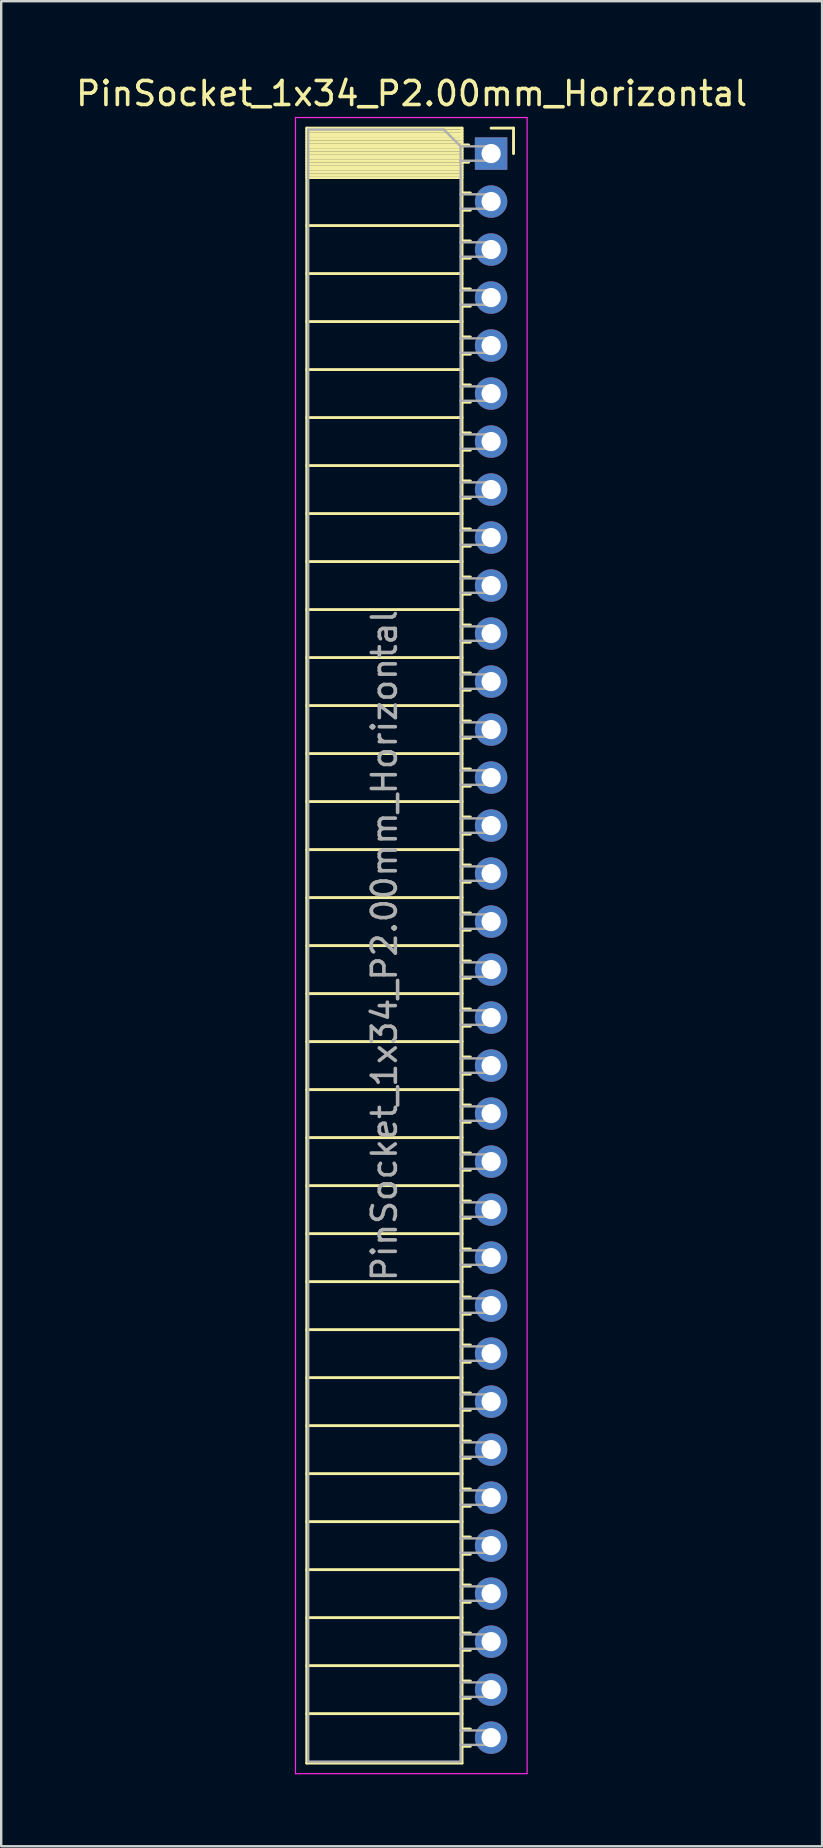
<source format=kicad_pcb>
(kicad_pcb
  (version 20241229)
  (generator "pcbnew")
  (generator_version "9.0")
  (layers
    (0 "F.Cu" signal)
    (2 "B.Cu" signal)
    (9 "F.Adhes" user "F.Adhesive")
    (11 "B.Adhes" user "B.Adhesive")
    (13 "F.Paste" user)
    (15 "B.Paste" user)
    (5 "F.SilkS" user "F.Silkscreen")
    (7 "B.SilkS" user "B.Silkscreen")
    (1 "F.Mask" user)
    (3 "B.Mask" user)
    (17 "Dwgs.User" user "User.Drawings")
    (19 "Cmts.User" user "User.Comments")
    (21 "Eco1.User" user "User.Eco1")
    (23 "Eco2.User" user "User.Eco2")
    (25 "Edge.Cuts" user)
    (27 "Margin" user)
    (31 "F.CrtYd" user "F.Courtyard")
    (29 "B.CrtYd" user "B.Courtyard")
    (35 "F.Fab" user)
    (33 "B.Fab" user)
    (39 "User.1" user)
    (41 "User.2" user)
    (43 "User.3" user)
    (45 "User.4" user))
  (footprint "PinSocket_1x34_P2.00mm_Horizontal"
    (layer "F.Cu")
    (at 17.411 3.348)
    (property "Reference" "PinSocket_1x34_P2.00mm_Horizontal" (at -3.31 -2.5 0) (layer "F.SilkS") (effects (font (size 1 1) (thickness 0.15))))
    (attr through_hole)
    (fp_line (start -7.68 -1.06) (end -7.68 67.06) (stroke (width 0.12) (type solid)) (layer "F.SilkS"))
    (fp_line (start -7.68 -1.06) (end -1.21 -1.06) (stroke (width 0.12) (type solid)) (layer "F.SilkS"))
    (fp_line (start -7.68 -0.94) (end -1.21 -0.94) (stroke (width 0.12) (type solid)) (layer "F.SilkS"))
    (fp_line (start -7.68 -0.826) (end -1.21 -0.826) (stroke (width 0.12) (type solid)) (layer "F.SilkS"))
    (fp_line (start -7.68 -0.712) (end -1.21 -0.712) (stroke (width 0.12) (type solid)) (layer "F.SilkS"))
    (fp_line (start -7.68 -0.598) (end -1.21 -0.598) (stroke (width 0.12) (type solid)) (layer "F.SilkS"))
    (fp_line (start -7.68 -0.484) (end -1.21 -0.484) (stroke (width 0.12) (type solid)) (layer "F.SilkS"))
    (fp_line (start -7.68 -0.369) (end -1.21 -0.369) (stroke (width 0.12) (type solid)) (layer "F.SilkS"))
    (fp_line (start -7.68 -0.255) (end -1.21 -0.255) (stroke (width 0.12) (type solid)) (layer "F.SilkS"))
    (fp_line (start -7.68 -0.141) (end -1.21 -0.141) (stroke (width 0.12) (type solid)) (layer "F.SilkS"))
    (fp_line (start -7.68 -0.027) (end -1.21 -0.027) (stroke (width 0.12) (type solid)) (layer "F.SilkS"))
    (fp_line (start -7.68 0.087) (end -1.21 0.087) (stroke (width 0.12) (type solid)) (layer "F.SilkS"))
    (fp_line (start -7.68 0.201) (end -1.21 0.201) (stroke (width 0.12) (type solid)) (layer "F.SilkS"))
    (fp_line (start -7.68 0.315) (end -1.21 0.315) (stroke (width 0.12) (type solid)) (layer "F.SilkS"))
    (fp_line (start -7.68 0.429) (end -1.21 0.429) (stroke (width 0.12) (type solid)) (layer "F.SilkS"))
    (fp_line (start -7.68 0.544) (end -1.21 0.544) (stroke (width 0.12) (type solid)) (layer "F.SilkS"))
    (fp_line (start -7.68 0.658) (end -1.21 0.658) (stroke (width 0.12) (type solid)) (layer "F.SilkS"))
    (fp_line (start -7.68 0.772) (end -1.21 0.772) (stroke (width 0.12) (type solid)) (layer "F.SilkS"))
    (fp_line (start -7.68 0.886) (end -1.21 0.886) (stroke (width 0.12) (type solid)) (layer "F.SilkS"))
    (fp_line (start -7.68 1) (end -1.21 1) (stroke (width 0.12) (type solid)) (layer "F.SilkS"))
    (fp_line (start -7.68 3) (end -1.21 3) (stroke (width 0.12) (type solid)) (layer "F.SilkS"))
    (fp_line (start -7.68 5) (end -1.21 5) (stroke (width 0.12) (type solid)) (layer "F.SilkS"))
    (fp_line (start -7.68 7) (end -1.21 7) (stroke (width 0.12) (type solid)) (layer "F.SilkS"))
    (fp_line (start -7.68 9) (end -1.21 9) (stroke (width 0.12) (type solid)) (layer "F.SilkS"))
    (fp_line (start -7.68 11) (end -1.21 11) (stroke (width 0.12) (type solid)) (layer "F.SilkS"))
    (fp_line (start -7.68 13) (end -1.21 13) (stroke (width 0.12) (type solid)) (layer "F.SilkS"))
    (fp_line (start -7.68 15) (end -1.21 15) (stroke (width 0.12) (type solid)) (layer "F.SilkS"))
    (fp_line (start -7.68 17) (end -1.21 17) (stroke (width 0.12) (type solid)) (layer "F.SilkS"))
    (fp_line (start -7.68 19) (end -1.21 19) (stroke (width 0.12) (type solid)) (layer "F.SilkS"))
    (fp_line (start -7.68 21) (end -1.21 21) (stroke (width 0.12) (type solid)) (layer "F.SilkS"))
    (fp_line (start -7.68 23) (end -1.21 23) (stroke (width 0.12) (type solid)) (layer "F.SilkS"))
    (fp_line (start -7.68 25) (end -1.21 25) (stroke (width 0.12) (type solid)) (layer "F.SilkS"))
    (fp_line (start -7.68 27) (end -1.21 27) (stroke (width 0.12) (type solid)) (layer "F.SilkS"))
    (fp_line (start -7.68 29) (end -1.21 29) (stroke (width 0.12) (type solid)) (layer "F.SilkS"))
    (fp_line (start -7.68 31) (end -1.21 31) (stroke (width 0.12) (type solid)) (layer "F.SilkS"))
    (fp_line (start -7.68 33) (end -1.21 33) (stroke (width 0.12) (type solid)) (layer "F.SilkS"))
    (fp_line (start -7.68 35) (end -1.21 35) (stroke (width 0.12) (type solid)) (layer "F.SilkS"))
    (fp_line (start -7.68 37) (end -1.21 37) (stroke (width 0.12) (type solid)) (layer "F.SilkS"))
    (fp_line (start -7.68 39) (end -1.21 39) (stroke (width 0.12) (type solid)) (layer "F.SilkS"))
    (fp_line (start -7.68 41) (end -1.21 41) (stroke (width 0.12) (type solid)) (layer "F.SilkS"))
    (fp_line (start -7.68 43) (end -1.21 43) (stroke (width 0.12) (type solid)) (layer "F.SilkS"))
    (fp_line (start -7.68 45) (end -1.21 45) (stroke (width 0.12) (type solid)) (layer "F.SilkS"))
    (fp_line (start -7.68 47) (end -1.21 47) (stroke (width 0.12) (type solid)) (layer "F.SilkS"))
    (fp_line (start -7.68 49) (end -1.21 49) (stroke (width 0.12) (type solid)) (layer "F.SilkS"))
    (fp_line (start -7.68 51) (end -1.21 51) (stroke (width 0.12) (type solid)) (layer "F.SilkS"))
    (fp_line (start -7.68 53) (end -1.21 53) (stroke (width 0.12) (type solid)) (layer "F.SilkS"))
    (fp_line (start -7.68 55) (end -1.21 55) (stroke (width 0.12) (type solid)) (layer "F.SilkS"))
    (fp_line (start -7.68 57) (end -1.21 57) (stroke (width 0.12) (type solid)) (layer "F.SilkS"))
    (fp_line (start -7.68 59) (end -1.21 59) (stroke (width 0.12) (type solid)) (layer "F.SilkS"))
    (fp_line (start -7.68 61) (end -1.21 61) (stroke (width 0.12) (type solid)) (layer "F.SilkS"))
    (fp_line (start -7.68 63) (end -1.21 63) (stroke (width 0.12) (type solid)) (layer "F.SilkS"))
    (fp_line (start -7.68 65) (end -1.21 65) (stroke (width 0.12) (type solid)) (layer "F.SilkS"))
    (fp_line (start -7.68 67.06) (end -1.21 67.06) (stroke (width 0.12) (type solid)) (layer "F.SilkS"))
    (fp_line (start -1.21 -1.06) (end -1.21 67.06) (stroke (width 0.12) (type solid)) (layer "F.SilkS"))
    (fp_line (start -1.21 -0.36) (end -0.935 -0.36) (stroke (width 0.12) (type solid)) (layer "F.SilkS"))
    (fp_line (start -1.21 0.36) (end -0.935 0.36) (stroke (width 0.12) (type solid)) (layer "F.SilkS"))
    (fp_line (start -1.21 1.64) (end -0.863 1.64) (stroke (width 0.12) (type solid)) (layer "F.SilkS"))
    (fp_line (start -1.21 2.36) (end -0.863 2.36) (stroke (width 0.12) (type solid)) (layer "F.SilkS"))
    (fp_line (start -1.21 3.64) (end -0.863 3.64) (stroke (width 0.12) (type solid)) (layer "F.SilkS"))
    (fp_line (start -1.21 4.36) (end -0.863 4.36) (stroke (width 0.12) (type solid)) (layer "F.SilkS"))
    (fp_line (start -1.21 5.64) (end -0.863 5.64) (stroke (width 0.12) (type solid)) (layer "F.SilkS"))
    (fp_line (start -1.21 6.36) (end -0.863 6.36) (stroke (width 0.12) (type solid)) (layer "F.SilkS"))
    (fp_line (start -1.21 7.64) (end -0.863 7.64) (stroke (width 0.12) (type solid)) (layer "F.SilkS"))
    (fp_line (start -1.21 8.36) (end -0.863 8.36) (stroke (width 0.12) (type solid)) (layer "F.SilkS"))
    (fp_line (start -1.21 9.64) (end -0.863 9.64) (stroke (width 0.12) (type solid)) (layer "F.SilkS"))
    (fp_line (start -1.21 10.36) (end -0.863 10.36) (stroke (width 0.12) (type solid)) (layer "F.SilkS"))
    (fp_line (start -1.21 11.64) (end -0.863 11.64) (stroke (width 0.12) (type solid)) (layer "F.SilkS"))
    (fp_line (start -1.21 12.36) (end -0.863 12.36) (stroke (width 0.12) (type solid)) (layer "F.SilkS"))
    (fp_line (start -1.21 13.64) (end -0.863 13.64) (stroke (width 0.12) (type solid)) (layer "F.SilkS"))
    (fp_line (start -1.21 14.36) (end -0.863 14.36) (stroke (width 0.12) (type solid)) (layer "F.SilkS"))
    (fp_line (start -1.21 15.64) (end -0.863 15.64) (stroke (width 0.12) (type solid)) (layer "F.SilkS"))
    (fp_line (start -1.21 16.36) (end -0.863 16.36) (stroke (width 0.12) (type solid)) (layer "F.SilkS"))
    (fp_line (start -1.21 17.64) (end -0.863 17.64) (stroke (width 0.12) (type solid)) (layer "F.SilkS"))
    (fp_line (start -1.21 18.36) (end -0.863 18.36) (stroke (width 0.12) (type solid)) (layer "F.SilkS"))
    (fp_line (start -1.21 19.64) (end -0.863 19.64) (stroke (width 0.12) (type solid)) (layer "F.SilkS"))
    (fp_line (start -1.21 20.36) (end -0.863 20.36) (stroke (width 0.12) (type solid)) (layer "F.SilkS"))
    (fp_line (start -1.21 21.64) (end -0.863 21.64) (stroke (width 0.12) (type solid)) (layer "F.SilkS"))
    (fp_line (start -1.21 22.36) (end -0.863 22.36) (stroke (width 0.12) (type solid)) (layer "F.SilkS"))
    (fp_line (start -1.21 23.64) (end -0.863 23.64) (stroke (width 0.12) (type solid)) (layer "F.SilkS"))
    (fp_line (start -1.21 24.36) (end -0.863 24.36) (stroke (width 0.12) (type solid)) (layer "F.SilkS"))
    (fp_line (start -1.21 25.64) (end -0.863 25.64) (stroke (width 0.12) (type solid)) (layer "F.SilkS"))
    (fp_line (start -1.21 26.36) (end -0.863 26.36) (stroke (width 0.12) (type solid)) (layer "F.SilkS"))
    (fp_line (start -1.21 27.64) (end -0.863 27.64) (stroke (width 0.12) (type solid)) (layer "F.SilkS"))
    (fp_line (start -1.21 28.36) (end -0.863 28.36) (stroke (width 0.12) (type solid)) (layer "F.SilkS"))
    (fp_line (start -1.21 29.64) (end -0.863 29.64) (stroke (width 0.12) (type solid)) (layer "F.SilkS"))
    (fp_line (start -1.21 30.36) (end -0.863 30.36) (stroke (width 0.12) (type solid)) (layer "F.SilkS"))
    (fp_line (start -1.21 31.64) (end -0.863 31.64) (stroke (width 0.12) (type solid)) (layer "F.SilkS"))
    (fp_line (start -1.21 32.36) (end -0.863 32.36) (stroke (width 0.12) (type solid)) (layer "F.SilkS"))
    (fp_line (start -1.21 33.64) (end -0.863 33.64) (stroke (width 0.12) (type solid)) (layer "F.SilkS"))
    (fp_line (start -1.21 34.36) (end -0.863 34.36) (stroke (width 0.12) (type solid)) (layer "F.SilkS"))
    (fp_line (start -1.21 35.64) (end -0.863 35.64) (stroke (width 0.12) (type solid)) (layer "F.SilkS"))
    (fp_line (start -1.21 36.36) (end -0.863 36.36) (stroke (width 0.12) (type solid)) (layer "F.SilkS"))
    (fp_line (start -1.21 37.64) (end -0.863 37.64) (stroke (width 0.12) (type solid)) (layer "F.SilkS"))
    (fp_line (start -1.21 38.36) (end -0.863 38.36) (stroke (width 0.12) (type solid)) (layer "F.SilkS"))
    (fp_line (start -1.21 39.64) (end -0.863 39.64) (stroke (width 0.12) (type solid)) (layer "F.SilkS"))
    (fp_line (start -1.21 40.36) (end -0.863 40.36) (stroke (width 0.12) (type solid)) (layer "F.SilkS"))
    (fp_line (start -1.21 41.64) (end -0.863 41.64) (stroke (width 0.12) (type solid)) (layer "F.SilkS"))
    (fp_line (start -1.21 42.36) (end -0.863 42.36) (stroke (width 0.12) (type solid)) (layer "F.SilkS"))
    (fp_line (start -1.21 43.64) (end -0.863 43.64) (stroke (width 0.12) (type solid)) (layer "F.SilkS"))
    (fp_line (start -1.21 44.36) (end -0.863 44.36) (stroke (width 0.12) (type solid)) (layer "F.SilkS"))
    (fp_line (start -1.21 45.64) (end -0.863 45.64) (stroke (width 0.12) (type solid)) (layer "F.SilkS"))
    (fp_line (start -1.21 46.36) (end -0.863 46.36) (stroke (width 0.12) (type solid)) (layer "F.SilkS"))
    (fp_line (start -1.21 47.64) (end -0.863 47.64) (stroke (width 0.12) (type solid)) (layer "F.SilkS"))
    (fp_line (start -1.21 48.36) (end -0.863 48.36) (stroke (width 0.12) (type solid)) (layer "F.SilkS"))
    (fp_line (start -1.21 49.64) (end -0.863 49.64) (stroke (width 0.12) (type solid)) (layer "F.SilkS"))
    (fp_line (start -1.21 50.36) (end -0.863 50.36) (stroke (width 0.12) (type solid)) (layer "F.SilkS"))
    (fp_line (start -1.21 51.64) (end -0.863 51.64) (stroke (width 0.12) (type solid)) (layer "F.SilkS"))
    (fp_line (start -1.21 52.36) (end -0.863 52.36) (stroke (width 0.12) (type solid)) (layer "F.SilkS"))
    (fp_line (start -1.21 53.64) (end -0.863 53.64) (stroke (width 0.12) (type solid)) (layer "F.SilkS"))
    (fp_line (start -1.21 54.36) (end -0.863 54.36) (stroke (width 0.12) (type solid)) (layer "F.SilkS"))
    (fp_line (start -1.21 55.64) (end -0.863 55.64) (stroke (width 0.12) (type solid)) (layer "F.SilkS"))
    (fp_line (start -1.21 56.36) (end -0.863 56.36) (stroke (width 0.12) (type solid)) (layer "F.SilkS"))
    (fp_line (start -1.21 57.64) (end -0.863 57.64) (stroke (width 0.12) (type solid)) (layer "F.SilkS"))
    (fp_line (start -1.21 58.36) (end -0.863 58.36) (stroke (width 0.12) (type solid)) (layer "F.SilkS"))
    (fp_line (start -1.21 59.64) (end -0.863 59.64) (stroke (width 0.12) (type solid)) (layer "F.SilkS"))
    (fp_line (start -1.21 60.36) (end -0.863 60.36) (stroke (width 0.12) (type solid)) (layer "F.SilkS"))
    (fp_line (start -1.21 61.64) (end -0.863 61.64) (stroke (width 0.12) (type solid)) (layer "F.SilkS"))
    (fp_line (start -1.21 62.36) (end -0.863 62.36) (stroke (width 0.12) (type solid)) (layer "F.SilkS"))
    (fp_line (start -1.21 63.64) (end -0.863 63.64) (stroke (width 0.12) (type solid)) (layer "F.SilkS"))
    (fp_line (start -1.21 64.36) (end -0.863 64.36) (stroke (width 0.12) (type solid)) (layer "F.SilkS"))
    (fp_line (start -1.21 65.64) (end -0.863 65.64) (stroke (width 0.12) (type solid)) (layer "F.SilkS"))
    (fp_line (start -1.21 66.36) (end -0.863 66.36) (stroke (width 0.12) (type solid)) (layer "F.SilkS"))
    (fp_line (start 0 -1.06) (end 0.935 -1.06) (stroke (width 0.12) (type solid)) (layer "F.SilkS"))
    (fp_line (start 0.935 -1.06) (end 0.935 0) (stroke (width 0.12) (type solid)) (layer "F.SilkS"))
    (fp_line (start -8.15 -1.5) (end -8.15 67.5) (stroke (width 0.05) (type solid)) (layer "F.CrtYd"))
    (fp_line (start -8.15 67.5) (end 1.5 67.5) (stroke (width 0.05) (type solid)) (layer "F.CrtYd"))
    (fp_line (start 1.5 -1.5) (end -8.15 -1.5) (stroke (width 0.05) (type solid)) (layer "F.CrtYd"))
    (fp_line (start 1.5 67.5) (end 1.5 -1.5) (stroke (width 0.05) (type solid)) (layer "F.CrtYd"))
    (fp_line (start -7.62 -1) (end -1.97 -1) (stroke (width 0.1) (type solid)) (layer "F.Fab"))
    (fp_line (start -7.62 67) (end -7.62 -1) (stroke (width 0.1) (type solid)) (layer "F.Fab"))
    (fp_line (start -1.97 -1) (end -1.27 -0.3) (stroke (width 0.1) (type solid)) (layer "F.Fab"))
    (fp_line (start -1.27 -0.3) (end -1.27 67) (stroke (width 0.1) (type solid)) (layer "F.Fab"))
    (fp_line (start -1.27 0.3) (end 0 0.3) (stroke (width 0.1) (type solid)) (layer "F.Fab"))
    (fp_line (start -1.27 2.3) (end 0 2.3) (stroke (width 0.1) (type solid)) (layer "F.Fab"))
    (fp_line (start -1.27 4.3) (end 0 4.3) (stroke (width 0.1) (type solid)) (layer "F.Fab"))
    (fp_line (start -1.27 6.3) (end 0 6.3) (stroke (width 0.1) (type solid)) (layer "F.Fab"))
    (fp_line (start -1.27 8.3) (end 0 8.3) (stroke (width 0.1) (type solid)) (layer "F.Fab"))
    (fp_line (start -1.27 10.3) (end 0 10.3) (stroke (width 0.1) (type solid)) (layer "F.Fab"))
    (fp_line (start -1.27 12.3) (end 0 12.3) (stroke (width 0.1) (type solid)) (layer "F.Fab"))
    (fp_line (start -1.27 14.3) (end 0 14.3) (stroke (width 0.1) (type solid)) (layer "F.Fab"))
    (fp_line (start -1.27 16.3) (end 0 16.3) (stroke (width 0.1) (type solid)) (layer "F.Fab"))
    (fp_line (start -1.27 18.3) (end 0 18.3) (stroke (width 0.1) (type solid)) (layer "F.Fab"))
    (fp_line (start -1.27 20.3) (end 0 20.3) (stroke (width 0.1) (type solid)) (layer "F.Fab"))
    (fp_line (start -1.27 22.3) (end 0 22.3) (stroke (width 0.1) (type solid)) (layer "F.Fab"))
    (fp_line (start -1.27 24.3) (end 0 24.3) (stroke (width 0.1) (type solid)) (layer "F.Fab"))
    (fp_line (start -1.27 26.3) (end 0 26.3) (stroke (width 0.1) (type solid)) (layer "F.Fab"))
    (fp_line (start -1.27 28.3) (end 0 28.3) (stroke (width 0.1) (type solid)) (layer "F.Fab"))
    (fp_line (start -1.27 30.3) (end 0 30.3) (stroke (width 0.1) (type solid)) (layer "F.Fab"))
    (fp_line (start -1.27 32.3) (end 0 32.3) (stroke (width 0.1) (type solid)) (layer "F.Fab"))
    (fp_line (start -1.27 34.3) (end 0 34.3) (stroke (width 0.1) (type solid)) (layer "F.Fab"))
    (fp_line (start -1.27 36.3) (end 0 36.3) (stroke (width 0.1) (type solid)) (layer "F.Fab"))
    (fp_line (start -1.27 38.3) (end 0 38.3) (stroke (width 0.1) (type solid)) (layer "F.Fab"))
    (fp_line (start -1.27 40.3) (end 0 40.3) (stroke (width 0.1) (type solid)) (layer "F.Fab"))
    (fp_line (start -1.27 42.3) (end 0 42.3) (stroke (width 0.1) (type solid)) (layer "F.Fab"))
    (fp_line (start -1.27 44.3) (end 0 44.3) (stroke (width 0.1) (type solid)) (layer "F.Fab"))
    (fp_line (start -1.27 46.3) (end 0 46.3) (stroke (width 0.1) (type solid)) (layer "F.Fab"))
    (fp_line (start -1.27 48.3) (end 0 48.3) (stroke (width 0.1) (type solid)) (layer "F.Fab"))
    (fp_line (start -1.27 50.3) (end 0 50.3) (stroke (width 0.1) (type solid)) (layer "F.Fab"))
    (fp_line (start -1.27 52.3) (end 0 52.3) (stroke (width 0.1) (type solid)) (layer "F.Fab"))
    (fp_line (start -1.27 54.3) (end 0 54.3) (stroke (width 0.1) (type solid)) (layer "F.Fab"))
    (fp_line (start -1.27 56.3) (end 0 56.3) (stroke (width 0.1) (type solid)) (layer "F.Fab"))
    (fp_line (start -1.27 58.3) (end 0 58.3) (stroke (width 0.1) (type solid)) (layer "F.Fab"))
    (fp_line (start -1.27 60.3) (end 0 60.3) (stroke (width 0.1) (type solid)) (layer "F.Fab"))
    (fp_line (start -1.27 62.3) (end 0 62.3) (stroke (width 0.1) (type solid)) (layer "F.Fab"))
    (fp_line (start -1.27 64.3) (end 0 64.3) (stroke (width 0.1) (type solid)) (layer "F.Fab"))
    (fp_line (start -1.27 66.3) (end 0 66.3) (stroke (width 0.1) (type solid)) (layer "F.Fab"))
    (fp_line (start -1.27 67) (end -7.62 67) (stroke (width 0.1) (type solid)) (layer "F.Fab"))
    (fp_line (start 0 -0.3) (end -1.27 -0.3) (stroke (width 0.1) (type solid)) (layer "F.Fab"))
    (fp_line (start 0 0.3) (end 0 -0.3) (stroke (width 0.1) (type solid)) (layer "F.Fab"))
    (fp_line (start 0 1.7) (end -1.27 1.7) (stroke (width 0.1) (type solid)) (layer "F.Fab"))
    (fp_line (start 0 2.3) (end 0 1.7) (stroke (width 0.1) (type solid)) (layer "F.Fab"))
    (fp_line (start 0 3.7) (end -1.27 3.7) (stroke (width 0.1) (type solid)) (layer "F.Fab"))
    (fp_line (start 0 4.3) (end 0 3.7) (stroke (width 0.1) (type solid)) (layer "F.Fab"))
    (fp_line (start 0 5.7) (end -1.27 5.7) (stroke (width 0.1) (type solid)) (layer "F.Fab"))
    (fp_line (start 0 6.3) (end 0 5.7) (stroke (width 0.1) (type solid)) (layer "F.Fab"))
    (fp_line (start 0 7.7) (end -1.27 7.7) (stroke (width 0.1) (type solid)) (layer "F.Fab"))
    (fp_line (start 0 8.3) (end 0 7.7) (stroke (width 0.1) (type solid)) (layer "F.Fab"))
    (fp_line (start 0 9.7) (end -1.27 9.7) (stroke (width 0.1) (type solid)) (layer "F.Fab"))
    (fp_line (start 0 10.3) (end 0 9.7) (stroke (width 0.1) (type solid)) (layer "F.Fab"))
    (fp_line (start 0 11.7) (end -1.27 11.7) (stroke (width 0.1) (type solid)) (layer "F.Fab"))
    (fp_line (start 0 12.3) (end 0 11.7) (stroke (width 0.1) (type solid)) (layer "F.Fab"))
    (fp_line (start 0 13.7) (end -1.27 13.7) (stroke (width 0.1) (type solid)) (layer "F.Fab"))
    (fp_line (start 0 14.3) (end 0 13.7) (stroke (width 0.1) (type solid)) (layer "F.Fab"))
    (fp_line (start 0 15.7) (end -1.27 15.7) (stroke (width 0.1) (type solid)) (layer "F.Fab"))
    (fp_line (start 0 16.3) (end 0 15.7) (stroke (width 0.1) (type solid)) (layer "F.Fab"))
    (fp_line (start 0 17.7) (end -1.27 17.7) (stroke (width 0.1) (type solid)) (layer "F.Fab"))
    (fp_line (start 0 18.3) (end 0 17.7) (stroke (width 0.1) (type solid)) (layer "F.Fab"))
    (fp_line (start 0 19.7) (end -1.27 19.7) (stroke (width 0.1) (type solid)) (layer "F.Fab"))
    (fp_line (start 0 20.3) (end 0 19.7) (stroke (width 0.1) (type solid)) (layer "F.Fab"))
    (fp_line (start 0 21.7) (end -1.27 21.7) (stroke (width 0.1) (type solid)) (layer "F.Fab"))
    (fp_line (start 0 22.3) (end 0 21.7) (stroke (width 0.1) (type solid)) (layer "F.Fab"))
    (fp_line (start 0 23.7) (end -1.27 23.7) (stroke (width 0.1) (type solid)) (layer "F.Fab"))
    (fp_line (start 0 24.3) (end 0 23.7) (stroke (width 0.1) (type solid)) (layer "F.Fab"))
    (fp_line (start 0 25.7) (end -1.27 25.7) (stroke (width 0.1) (type solid)) (layer "F.Fab"))
    (fp_line (start 0 26.3) (end 0 25.7) (stroke (width 0.1) (type solid)) (layer "F.Fab"))
    (fp_line (start 0 27.7) (end -1.27 27.7) (stroke (width 0.1) (type solid)) (layer "F.Fab"))
    (fp_line (start 0 28.3) (end 0 27.7) (stroke (width 0.1) (type solid)) (layer "F.Fab"))
    (fp_line (start 0 29.7) (end -1.27 29.7) (stroke (width 0.1) (type solid)) (layer "F.Fab"))
    (fp_line (start 0 30.3) (end 0 29.7) (stroke (width 0.1) (type solid)) (layer "F.Fab"))
    (fp_line (start 0 31.7) (end -1.27 31.7) (stroke (width 0.1) (type solid)) (layer "F.Fab"))
    (fp_line (start 0 32.3) (end 0 31.7) (stroke (width 0.1) (type solid)) (layer "F.Fab"))
    (fp_line (start 0 33.7) (end -1.27 33.7) (stroke (width 0.1) (type solid)) (layer "F.Fab"))
    (fp_line (start 0 34.3) (end 0 33.7) (stroke (width 0.1) (type solid)) (layer "F.Fab"))
    (fp_line (start 0 35.7) (end -1.27 35.7) (stroke (width 0.1) (type solid)) (layer "F.Fab"))
    (fp_line (start 0 36.3) (end 0 35.7) (stroke (width 0.1) (type solid)) (layer "F.Fab"))
    (fp_line (start 0 37.7) (end -1.27 37.7) (stroke (width 0.1) (type solid)) (layer "F.Fab"))
    (fp_line (start 0 38.3) (end 0 37.7) (stroke (width 0.1) (type solid)) (layer "F.Fab"))
    (fp_line (start 0 39.7) (end -1.27 39.7) (stroke (width 0.1) (type solid)) (layer "F.Fab"))
    (fp_line (start 0 40.3) (end 0 39.7) (stroke (width 0.1) (type solid)) (layer "F.Fab"))
    (fp_line (start 0 41.7) (end -1.27 41.7) (stroke (width 0.1) (type solid)) (layer "F.Fab"))
    (fp_line (start 0 42.3) (end 0 41.7) (stroke (width 0.1) (type solid)) (layer "F.Fab"))
    (fp_line (start 0 43.7) (end -1.27 43.7) (stroke (width 0.1) (type solid)) (layer "F.Fab"))
    (fp_line (start 0 44.3) (end 0 43.7) (stroke (width 0.1) (type solid)) (layer "F.Fab"))
    (fp_line (start 0 45.7) (end -1.27 45.7) (stroke (width 0.1) (type solid)) (layer "F.Fab"))
    (fp_line (start 0 46.3) (end 0 45.7) (stroke (width 0.1) (type solid)) (layer "F.Fab"))
    (fp_line (start 0 47.7) (end -1.27 47.7) (stroke (width 0.1) (type solid)) (layer "F.Fab"))
    (fp_line (start 0 48.3) (end 0 47.7) (stroke (width 0.1) (type solid)) (layer "F.Fab"))
    (fp_line (start 0 49.7) (end -1.27 49.7) (stroke (width 0.1) (type solid)) (layer "F.Fab"))
    (fp_line (start 0 50.3) (end 0 49.7) (stroke (width 0.1) (type solid)) (layer "F.Fab"))
    (fp_line (start 0 51.7) (end -1.27 51.7) (stroke (width 0.1) (type solid)) (layer "F.Fab"))
    (fp_line (start 0 52.3) (end 0 51.7) (stroke (width 0.1) (type solid)) (layer "F.Fab"))
    (fp_line (start 0 53.7) (end -1.27 53.7) (stroke (width 0.1) (type solid)) (layer "F.Fab"))
    (fp_line (start 0 54.3) (end 0 53.7) (stroke (width 0.1) (type solid)) (layer "F.Fab"))
    (fp_line (start 0 55.7) (end -1.27 55.7) (stroke (width 0.1) (type solid)) (layer "F.Fab"))
    (fp_line (start 0 56.3) (end 0 55.7) (stroke (width 0.1) (type solid)) (layer "F.Fab"))
    (fp_line (start 0 57.7) (end -1.27 57.7) (stroke (width 0.1) (type solid)) (layer "F.Fab"))
    (fp_line (start 0 58.3) (end 0 57.7) (stroke (width 0.1) (type solid)) (layer "F.Fab"))
    (fp_line (start 0 59.7) (end -1.27 59.7) (stroke (width 0.1) (type solid)) (layer "F.Fab"))
    (fp_line (start 0 60.3) (end 0 59.7) (stroke (width 0.1) (type solid)) (layer "F.Fab"))
    (fp_line (start 0 61.7) (end -1.27 61.7) (stroke (width 0.1) (type solid)) (layer "F.Fab"))
    (fp_line (start 0 62.3) (end 0 61.7) (stroke (width 0.1) (type solid)) (layer "F.Fab"))
    (fp_line (start 0 63.7) (end -1.27 63.7) (stroke (width 0.1) (type solid)) (layer "F.Fab"))
    (fp_line (start 0 64.3) (end 0 63.7) (stroke (width 0.1) (type solid)) (layer "F.Fab"))
    (fp_line (start 0 65.7) (end -1.27 65.7) (stroke (width 0.1) (type solid)) (layer "F.Fab"))
    (fp_line (start 0 66.3) (end 0 65.7) (stroke (width 0.1) (type solid)) (layer "F.Fab"))
    (fp_text user "${REFERENCE}" (at -4.445 33 90) (layer "F.Fab") (effects (font (size 1 1) (thickness 0.15))))
    (pad "1" thru_hole rect (at 0 0) (size 1.35 1.35) (drill 0.8) (layers "*.Cu" "*.Mask"))
    (pad "2" thru_hole circle (at 0 2) (size 1.35 1.35) (drill 0.8) (layers "*.Cu" "*.Mask"))
    (pad "3" thru_hole circle (at 0 4) (size 1.35 1.35) (drill 0.8) (layers "*.Cu" "*.Mask"))
    (pad "4" thru_hole circle (at 0 6) (size 1.35 1.35) (drill 0.8) (layers "*.Cu" "*.Mask"))
    (pad "5" thru_hole circle (at 0 8) (size 1.35 1.35) (drill 0.8) (layers "*.Cu" "*.Mask"))
    (pad "6" thru_hole circle (at 0 10) (size 1.35 1.35) (drill 0.8) (layers "*.Cu" "*.Mask"))
    (pad "7" thru_hole circle (at 0 12) (size 1.35 1.35) (drill 0.8) (layers "*.Cu" "*.Mask"))
    (pad "8" thru_hole circle (at 0 14) (size 1.35 1.35) (drill 0.8) (layers "*.Cu" "*.Mask"))
    (pad "9" thru_hole circle (at 0 16) (size 1.35 1.35) (drill 0.8) (layers "*.Cu" "*.Mask"))
    (pad "10" thru_hole circle (at 0 18) (size 1.35 1.35) (drill 0.8) (layers "*.Cu" "*.Mask"))
    (pad "11" thru_hole circle (at 0 20) (size 1.35 1.35) (drill 0.8) (layers "*.Cu" "*.Mask"))
    (pad "12" thru_hole circle (at 0 22) (size 1.35 1.35) (drill 0.8) (layers "*.Cu" "*.Mask"))
    (pad "13" thru_hole circle (at 0 24) (size 1.35 1.35) (drill 0.8) (layers "*.Cu" "*.Mask"))
    (pad "14" thru_hole circle (at 0 26) (size 1.35 1.35) (drill 0.8) (layers "*.Cu" "*.Mask"))
    (pad "15" thru_hole circle (at 0 28) (size 1.35 1.35) (drill 0.8) (layers "*.Cu" "*.Mask"))
    (pad "16" thru_hole circle (at 0 30) (size 1.35 1.35) (drill 0.8) (layers "*.Cu" "*.Mask"))
    (pad "17" thru_hole circle (at 0 32) (size 1.35 1.35) (drill 0.8) (layers "*.Cu" "*.Mask"))
    (pad "18" thru_hole circle (at 0 34) (size 1.35 1.35) (drill 0.8) (layers "*.Cu" "*.Mask"))
    (pad "19" thru_hole circle (at 0 36) (size 1.35 1.35) (drill 0.8) (layers "*.Cu" "*.Mask"))
    (pad "20" thru_hole circle (at 0 38) (size 1.35 1.35) (drill 0.8) (layers "*.Cu" "*.Mask"))
    (pad "21" thru_hole circle (at 0 40) (size 1.35 1.35) (drill 0.8) (layers "*.Cu" "*.Mask"))
    (pad "22" thru_hole circle (at 0 42) (size 1.35 1.35) (drill 0.8) (layers "*.Cu" "*.Mask"))
    (pad "23" thru_hole circle (at 0 44) (size 1.35 1.35) (drill 0.8) (layers "*.Cu" "*.Mask"))
    (pad "24" thru_hole circle (at 0 46) (size 1.35 1.35) (drill 0.8) (layers "*.Cu" "*.Mask"))
    (pad "25" thru_hole circle (at 0 48) (size 1.35 1.35) (drill 0.8) (layers "*.Cu" "*.Mask"))
    (pad "26" thru_hole circle (at 0 50) (size 1.35 1.35) (drill 0.8) (layers "*.Cu" "*.Mask"))
    (pad "27" thru_hole circle (at 0 52) (size 1.35 1.35) (drill 0.8) (layers "*.Cu" "*.Mask"))
    (pad "28" thru_hole circle (at 0 54) (size 1.35 1.35) (drill 0.8) (layers "*.Cu" "*.Mask"))
    (pad "29" thru_hole circle (at 0 56) (size 1.35 1.35) (drill 0.8) (layers "*.Cu" "*.Mask"))
    (pad "30" thru_hole circle (at 0 58) (size 1.35 1.35) (drill 0.8) (layers "*.Cu" "*.Mask"))
    (pad "31" thru_hole circle (at 0 60) (size 1.35 1.35) (drill 0.8) (layers "*.Cu" "*.Mask"))
    (pad "32" thru_hole circle (at 0 62) (size 1.35 1.35) (drill 0.8) (layers "*.Cu" "*.Mask"))
    (pad "33" thru_hole circle (at 0 64) (size 1.35 1.35) (drill 0.8) (layers "*.Cu" "*.Mask"))
    (pad "34" thru_hole circle (at 0 66) (size 1.35 1.35) (drill 0.8) (layers "*.Cu" "*.Mask")))
  (gr_rect
    (start -3 -3)
    (end 31.202 73.873)
    (stroke (width 0.1) (type default))
    (fill no)
    (layer "Edge.Cuts")))
</source>
